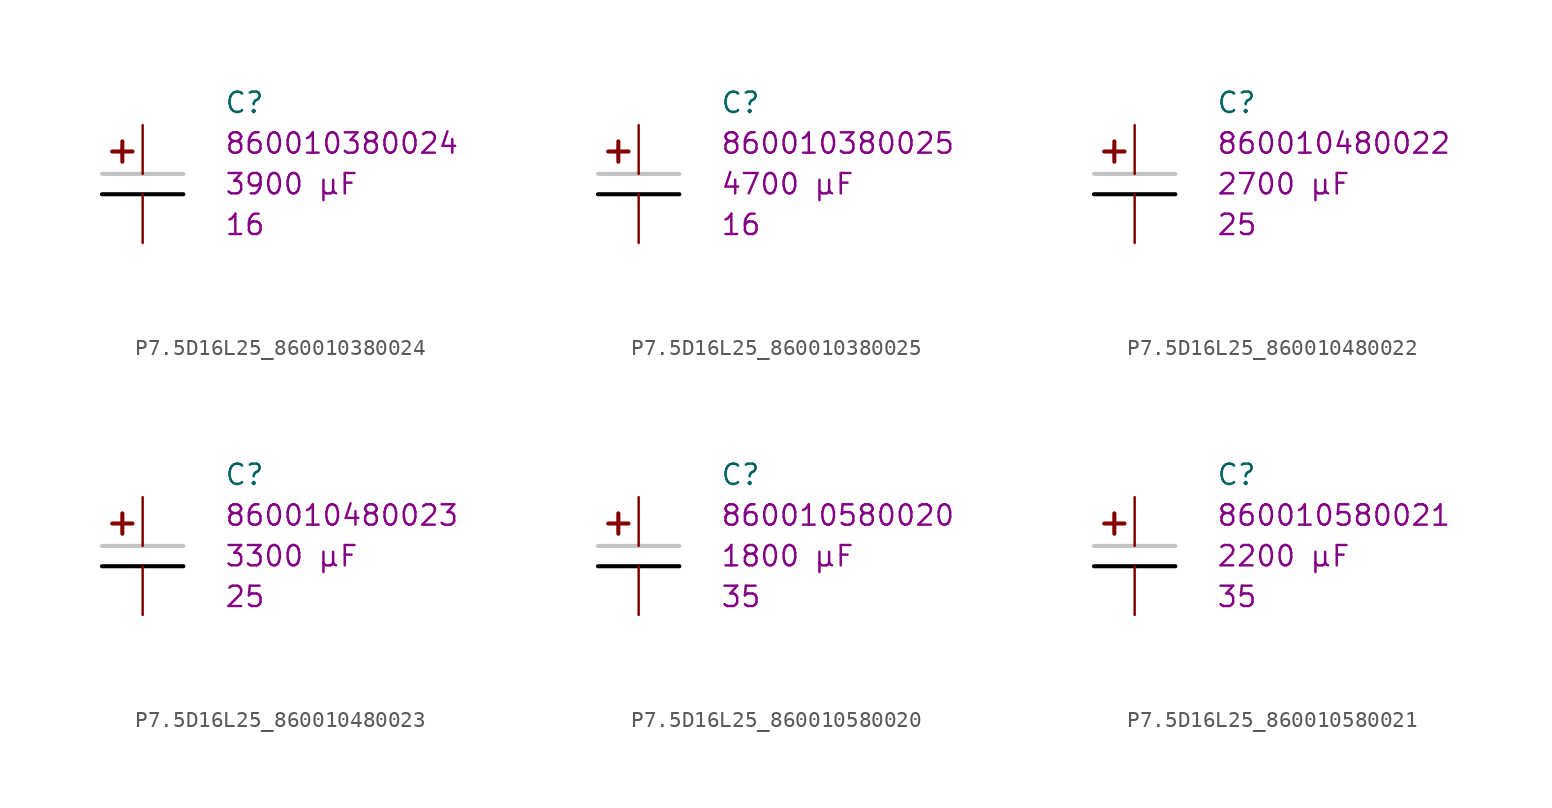
<source format=kicad_sym>
(kicad_symbol_lib
  (version 20220914)
  (generator kicad_symbol_editor)
  (symbol "P7.5D16L25_860010380024"
    (pin_numbers hide)
    (pin_names hide)
    (property "Reference" "C"
      (at 5.08 5.08 0)
      (effects (font (size 1.27 1.27)) (justify left)))
    (property "Part Number" "860010380024"
      (at 5.08 2.54 0)
      (effects (font (size 1.27 1.27)) (justify left)))
    (property "Capacitance" "3900 µF"
      (at 5.08 0 0)
      (effects (font (size 1.27 1.27)) (justify left)))
    (property "Voltage" "16"
      (at 5.08 -2.54 0)
      (effects (font (size 1.27 1.27)) (justify left)))
    (property "Critical Parameter" ""
      (at 0 -7.62 0)
      (effects (font (size 1.27 1.27))))
    (symbol "P7.5D16L25_860010380024_1_1"
      (polyline (pts (xy -1.27 2.667) (xy -1.27 1.397)) (stroke (width 0.254) (type default)) (fill (type none)))
      (polyline (pts (xy -0.635 2.032) (xy -1.905 2.032)) (stroke (width 0.254) (type default)) (fill (type none)))
      (polyline (pts (xy 2.54 -0.635) (xy -2.54 -0.635)) (stroke (width 0.254) (type default) (color 0 0 0 1)) (fill (type none)))
      (polyline (pts (xy 2.54 0.635) (xy -2.54 0.635)) (stroke (width 0.254) (type default) (color 194 194 194 1)) (fill (type none)))
      (pin passive line (at 0 3.679 270) (length 3.044) (name "1" (effects (font (size 1.27 1.27)))) (number "1" (effects (font (size 1.27 1.27)))))
      (pin passive line (at 0 -3.679 90) (length 3.044) (name "2" (effects (font (size 1.27 1.27)))) (number "2" (effects (font (size 1.27 1.27)))))))
  (symbol "P7.5D16L25_860010380025"
    (pin_numbers hide)
    (pin_names hide)
    (property "Reference" "C"
      (at 5.08 5.08 0)
      (effects (font (size 1.27 1.27)) (justify left)))
    (property "Part Number" "860010380025"
      (at 5.08 2.54 0)
      (effects (font (size 1.27 1.27)) (justify left)))
    (property "Capacitance" "4700 µF"
      (at 5.08 0 0)
      (effects (font (size 1.27 1.27)) (justify left)))
    (property "Voltage" "16"
      (at 5.08 -2.54 0)
      (effects (font (size 1.27 1.27)) (justify left)))
    (property "Critical Parameter" ""
      (at 0 -7.62 0)
      (effects (font (size 1.27 1.27))))
    (symbol "P7.5D16L25_860010380025_1_1"
      (polyline (pts (xy -1.27 2.667) (xy -1.27 1.397)) (stroke (width 0.254) (type default)) (fill (type none)))
      (polyline (pts (xy -0.635 2.032) (xy -1.905 2.032)) (stroke (width 0.254) (type default)) (fill (type none)))
      (polyline (pts (xy 2.54 -0.635) (xy -2.54 -0.635)) (stroke (width 0.254) (type default) (color 0 0 0 1)) (fill (type none)))
      (polyline (pts (xy 2.54 0.635) (xy -2.54 0.635)) (stroke (width 0.254) (type default) (color 194 194 194 1)) (fill (type none)))
      (pin passive line (at 0 3.679 270) (length 3.044) (name "1" (effects (font (size 1.27 1.27)))) (number "1" (effects (font (size 1.27 1.27)))))
      (pin passive line (at 0 -3.679 90) (length 3.044) (name "2" (effects (font (size 1.27 1.27)))) (number "2" (effects (font (size 1.27 1.27)))))))
  (symbol "P7.5D16L25_860010480022"
    (pin_numbers hide)
    (pin_names hide)
    (property "Reference" "C"
      (at 5.08 5.08 0)
      (effects (font (size 1.27 1.27)) (justify left)))
    (property "Part Number" "860010480022"
      (at 5.08 2.54 0)
      (effects (font (size 1.27 1.27)) (justify left)))
    (property "Capacitance" "2700 µF"
      (at 5.08 0 0)
      (effects (font (size 1.27 1.27)) (justify left)))
    (property "Voltage" "25"
      (at 5.08 -2.54 0)
      (effects (font (size 1.27 1.27)) (justify left)))
    (property "Critical Parameter" ""
      (at 0 -7.62 0)
      (effects (font (size 1.27 1.27))))
    (symbol "P7.5D16L25_860010480022_1_1"
      (polyline (pts (xy -1.27 2.667) (xy -1.27 1.397)) (stroke (width 0.254) (type default)) (fill (type none)))
      (polyline (pts (xy -0.635 2.032) (xy -1.905 2.032)) (stroke (width 0.254) (type default)) (fill (type none)))
      (polyline (pts (xy 2.54 -0.635) (xy -2.54 -0.635)) (stroke (width 0.254) (type default) (color 0 0 0 1)) (fill (type none)))
      (polyline (pts (xy 2.54 0.635) (xy -2.54 0.635)) (stroke (width 0.254) (type default) (color 194 194 194 1)) (fill (type none)))
      (pin passive line (at 0 3.679 270) (length 3.044) (name "1" (effects (font (size 1.27 1.27)))) (number "1" (effects (font (size 1.27 1.27)))))
      (pin passive line (at 0 -3.679 90) (length 3.044) (name "2" (effects (font (size 1.27 1.27)))) (number "2" (effects (font (size 1.27 1.27)))))))
  (symbol "P7.5D16L25_860010480023"
    (pin_numbers hide)
    (pin_names hide)
    (property "Reference" "C"
      (at 5.08 5.08 0)
      (effects (font (size 1.27 1.27)) (justify left)))
    (property "Part Number" "860010480023"
      (at 5.08 2.54 0)
      (effects (font (size 1.27 1.27)) (justify left)))
    (property "Capacitance" "3300 µF"
      (at 5.08 0 0)
      (effects (font (size 1.27 1.27)) (justify left)))
    (property "Voltage" "25"
      (at 5.08 -2.54 0)
      (effects (font (size 1.27 1.27)) (justify left)))
    (property "Critical Parameter" ""
      (at 0 -7.62 0)
      (effects (font (size 1.27 1.27))))
    (symbol "P7.5D16L25_860010480023_1_1"
      (polyline (pts (xy -1.27 2.667) (xy -1.27 1.397)) (stroke (width 0.254) (type default)) (fill (type none)))
      (polyline (pts (xy -0.635 2.032) (xy -1.905 2.032)) (stroke (width 0.254) (type default)) (fill (type none)))
      (polyline (pts (xy 2.54 -0.635) (xy -2.54 -0.635)) (stroke (width 0.254) (type default) (color 0 0 0 1)) (fill (type none)))
      (polyline (pts (xy 2.54 0.635) (xy -2.54 0.635)) (stroke (width 0.254) (type default) (color 194 194 194 1)) (fill (type none)))
      (pin passive line (at 0 3.679 270) (length 3.044) (name "1" (effects (font (size 1.27 1.27)))) (number "1" (effects (font (size 1.27 1.27)))))
      (pin passive line (at 0 -3.679 90) (length 3.044) (name "2" (effects (font (size 1.27 1.27)))) (number "2" (effects (font (size 1.27 1.27)))))))
  (symbol "P7.5D16L25_860010580020"
    (pin_numbers hide)
    (pin_names hide)
    (property "Reference" "C"
      (at 5.08 5.08 0)
      (effects (font (size 1.27 1.27)) (justify left)))
    (property "Part Number" "860010580020"
      (at 5.08 2.54 0)
      (effects (font (size 1.27 1.27)) (justify left)))
    (property "Capacitance" "1800 µF"
      (at 5.08 0 0)
      (effects (font (size 1.27 1.27)) (justify left)))
    (property "Voltage" "35"
      (at 5.08 -2.54 0)
      (effects (font (size 1.27 1.27)) (justify left)))
    (property "Critical Parameter" ""
      (at 0 -7.62 0)
      (effects (font (size 1.27 1.27))))
    (symbol "P7.5D16L25_860010580020_1_1"
      (polyline (pts (xy -1.27 2.667) (xy -1.27 1.397)) (stroke (width 0.254) (type default)) (fill (type none)))
      (polyline (pts (xy -0.635 2.032) (xy -1.905 2.032)) (stroke (width 0.254) (type default)) (fill (type none)))
      (polyline (pts (xy 2.54 -0.635) (xy -2.54 -0.635)) (stroke (width 0.254) (type default) (color 0 0 0 1)) (fill (type none)))
      (polyline (pts (xy 2.54 0.635) (xy -2.54 0.635)) (stroke (width 0.254) (type default) (color 194 194 194 1)) (fill (type none)))
      (pin passive line (at 0 3.679 270) (length 3.044) (name "1" (effects (font (size 1.27 1.27)))) (number "1" (effects (font (size 1.27 1.27)))))
      (pin passive line (at 0 -3.679 90) (length 3.044) (name "2" (effects (font (size 1.27 1.27)))) (number "2" (effects (font (size 1.27 1.27)))))))
  (symbol "P7.5D16L25_860010580021"
    (pin_numbers hide)
    (pin_names hide)
    (property "Reference" "C"
      (at 5.08 5.08 0)
      (effects (font (size 1.27 1.27)) (justify left)))
    (property "Part Number" "860010580021"
      (at 5.08 2.54 0)
      (effects (font (size 1.27 1.27)) (justify left)))
    (property "Capacitance" "2200 µF"
      (at 5.08 0 0)
      (effects (font (size 1.27 1.27)) (justify left)))
    (property "Voltage" "35"
      (at 5.08 -2.54 0)
      (effects (font (size 1.27 1.27)) (justify left)))
    (property "Critical Parameter" ""
      (at 0 -7.62 0)
      (effects (font (size 1.27 1.27))))
    (symbol "P7.5D16L25_860010580021_1_1"
      (polyline (pts (xy -1.27 2.667) (xy -1.27 1.397)) (stroke (width 0.254) (type default)) (fill (type none)))
      (polyline (pts (xy -0.635 2.032) (xy -1.905 2.032)) (stroke (width 0.254) (type default)) (fill (type none)))
      (polyline (pts (xy 2.54 -0.635) (xy -2.54 -0.635)) (stroke (width 0.254) (type default) (color 0 0 0 1)) (fill (type none)))
      (polyline (pts (xy 2.54 0.635) (xy -2.54 0.635)) (stroke (width 0.254) (type default) (color 194 194 194 1)) (fill (type none)))
      (pin passive line (at 0 3.679 270) (length 3.044) (name "1" (effects (font (size 1.27 1.27)))) (number "1" (effects (font (size 1.27 1.27)))))
      (pin passive line (at 0 -3.679 90) (length 3.044) (name "2" (effects (font (size 1.27 1.27)))) (number "2" (effects (font (size 1.27 1.27))))))))
</source>
